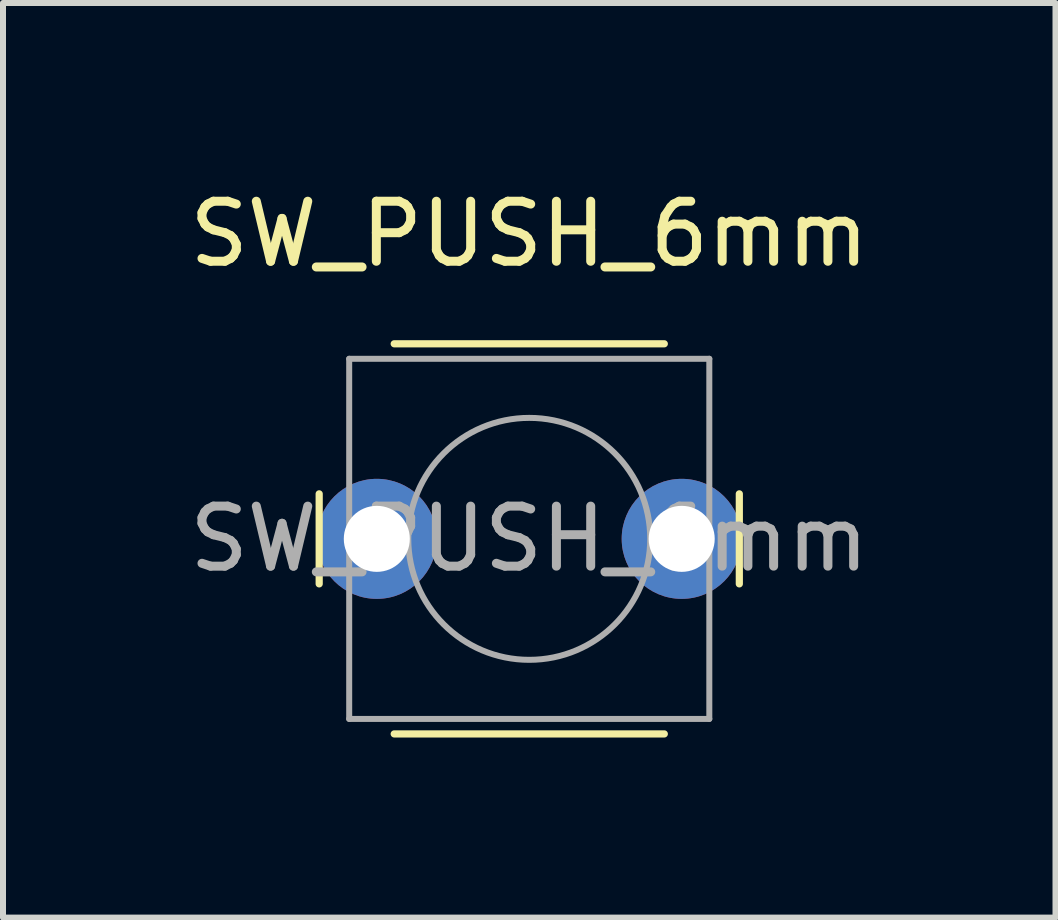
<source format=kicad_pcb>
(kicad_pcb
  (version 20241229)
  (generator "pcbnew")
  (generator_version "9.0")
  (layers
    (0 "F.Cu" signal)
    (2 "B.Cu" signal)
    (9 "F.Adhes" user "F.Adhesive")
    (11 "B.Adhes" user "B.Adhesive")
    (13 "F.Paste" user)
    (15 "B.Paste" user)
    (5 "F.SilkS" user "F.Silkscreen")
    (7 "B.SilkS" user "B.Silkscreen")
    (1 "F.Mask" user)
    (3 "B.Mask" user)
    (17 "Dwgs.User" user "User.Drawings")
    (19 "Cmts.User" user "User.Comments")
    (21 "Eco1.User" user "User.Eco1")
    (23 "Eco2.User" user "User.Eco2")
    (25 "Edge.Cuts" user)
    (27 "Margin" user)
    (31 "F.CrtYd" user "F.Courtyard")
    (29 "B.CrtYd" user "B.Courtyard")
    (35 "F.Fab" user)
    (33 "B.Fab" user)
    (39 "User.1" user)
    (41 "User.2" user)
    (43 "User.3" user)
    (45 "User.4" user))
  (footprint "SW_PUSH_6mm"
    (layer "F.Cu")
    (at 5.768 5.928)
    (property "Reference" "SW_PUSH_6mm" (at 0 -5.08 0) (layer "F.SilkS") (effects (font (size 1 1) (thickness 0.15))))
    (attr through_hole)
    (fp_line (start -3.5 -0.75) (end -3.5 0.75) (stroke (width 0.12) (type solid)) (layer "F.SilkS"))
    (fp_line (start -2.25 3.25) (end 2.25 3.25) (stroke (width 0.12) (type solid)) (layer "F.SilkS"))
    (fp_line (start 2.25 -3.25) (end -2.25 -3.25) (stroke (width 0.12) (type solid)) (layer "F.SilkS"))
    (fp_line (start 3.5 0.75) (end 3.5 -0.75) (stroke (width 0.12) (type solid)) (layer "F.SilkS"))
    (fp_line (start -3 -3) (end 3 -3) (stroke (width 0.1) (type solid)) (layer "F.Fab"))
    (fp_line (start -3 3) (end -3 -3) (stroke (width 0.1) (type solid)) (layer "F.Fab"))
    (fp_line (start 3 -3) (end 3 3) (stroke (width 0.1) (type solid)) (layer "F.Fab"))
    (fp_line (start 3 3) (end -3 3) (stroke (width 0.1) (type solid)) (layer "F.Fab"))
    (fp_circle (center 0 0) (end -2 0.25) (stroke (width 0.1) (type solid)) (fill no) (layer "F.Fab"))
    (fp_text user "${REFERENCE}" (at 0 0 0) (layer "F.Fab") (effects (font (size 1 1) (thickness 0.15))))
    (pad "1" thru_hole circle (at -2.54 0 90) (size 2 2) (drill 1.1) (layers "*.Cu" "*.Mask"))
    (pad "2" thru_hole circle (at 2.54 0 90) (size 2 2) (drill 1.1) (layers "*.Cu" "*.Mask")))
  (gr_rect
    (start -3 -3)
    (end 14.536 12.238)
    (stroke (width 0.1) (type default))
    (fill no)
    (layer "Edge.Cuts")))
</source>
